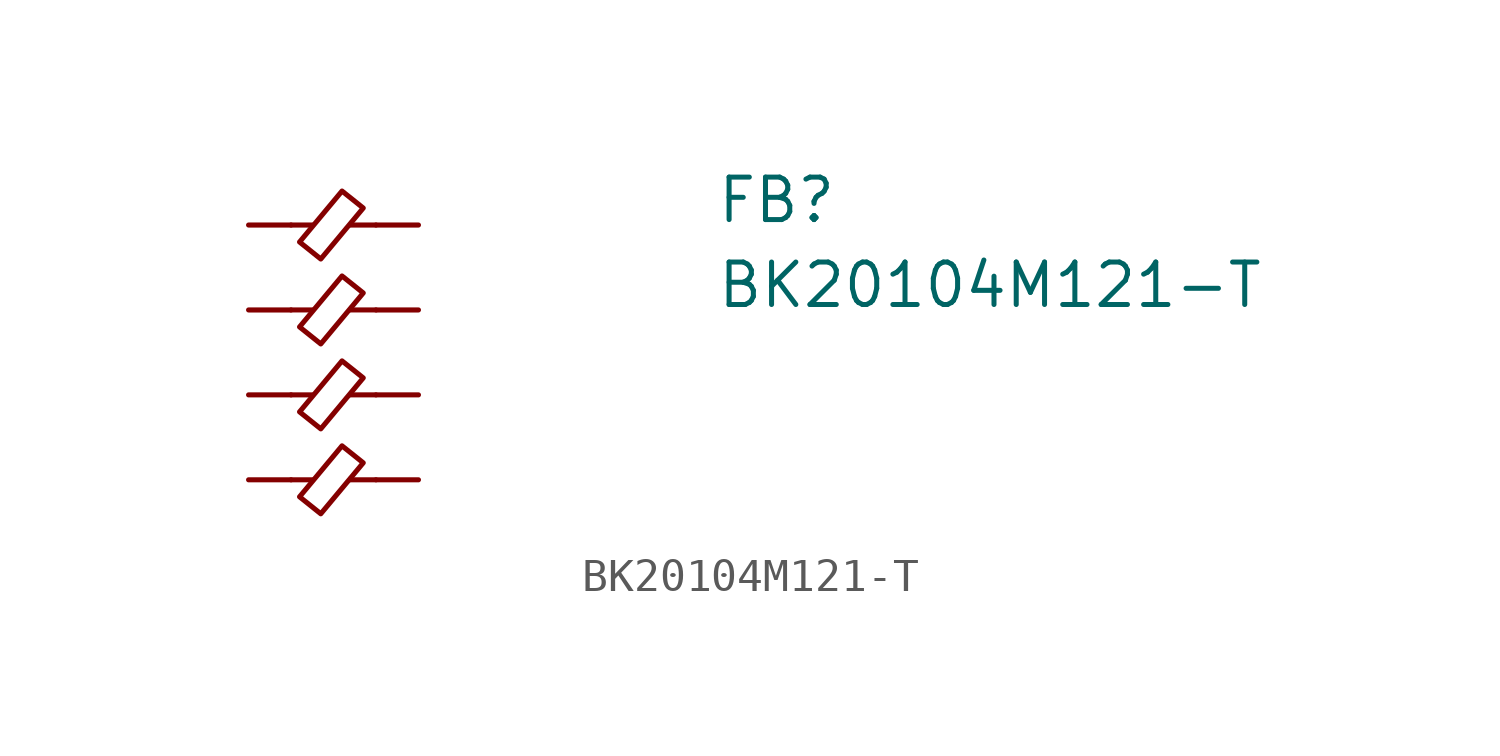
<source format=kicad_sym>
(kicad_symbol_lib
  (version 20211014)
  (generator kicad_symbol_editor)
  (symbol "BK20104M121-T"
    (pin_numbers hide)
    (pin_names hide)
    (property "Reference" "FB"
      (at 13.97 0 0)
      (effects (font (size 1.27 1.27) (thickness 0.15)) (justify left bottom)))
    (property "Value" "BK20104M121-T"
      (at 13.97 -2.54 0)
      (effects (font (size 1.27 1.27) (thickness 0.15)) (justify left bottom)))
    (symbol "BK20104M121-T_0_1"
      (polyline (pts (xy 1.27 -7.62) (xy 1.905 -7.62)) (stroke (width 0.152) (type default) (color 0 0 0 0)) (fill (type none)))
      (polyline (pts (xy 1.27 -5.08) (xy 1.905 -5.08)) (stroke (width 0.152) (type default) (color 0 0 0 0)) (fill (type none)))
      (polyline (pts (xy 1.27 -2.54) (xy 1.905 -2.54)) (stroke (width 0.152) (type default) (color 0 0 0 0)) (fill (type none)))
      (polyline (pts (xy 1.27 0) (xy 1.905 0)) (stroke (width 0.152) (type default) (color 0 0 0 0)) (fill (type none)))
      (polyline (pts (xy 3.048 -7.62) (xy 3.81 -7.62)) (stroke (width 0.152) (type default) (color 0 0 0 0)) (fill (type none)))
      (polyline (pts (xy 3.048 -5.08) (xy 3.81 -5.08)) (stroke (width 0.152) (type default) (color 0 0 0 0)) (fill (type none)))
      (polyline (pts (xy 3.048 -2.54) (xy 3.81 -2.54)) (stroke (width 0.152) (type default) (color 0 0 0 0)) (fill (type none)))
      (polyline (pts (xy 3.048 0) (xy 3.81 0)) (stroke (width 0.152) (type default) (color 0 0 0 0)) (fill (type none)))
      (polyline (pts (xy 2.159 -8.636) (xy 1.524 -8.128) (xy 2.794 -6.604) (xy 3.429 -7.112) (xy 2.159 -8.636)) (stroke (width 0) (type default) (color 0 0 0 0)) (fill (type none)))
      (polyline (pts (xy 2.159 -6.096) (xy 1.524 -5.588) (xy 2.794 -4.064) (xy 3.429 -4.572) (xy 2.159 -6.096)) (stroke (width 0) (type default) (color 0 0 0 0)) (fill (type none)))
      (polyline (pts (xy 2.159 -3.556) (xy 1.524 -3.048) (xy 2.794 -1.524) (xy 3.429 -2.032) (xy 2.159 -3.556)) (stroke (width 0) (type default) (color 0 0 0 0)) (fill (type none)))
      (polyline (pts (xy 2.159 -1.016) (xy 1.524 -0.508) (xy 2.794 1.016) (xy 3.429 0.508) (xy 2.159 -1.016)) (stroke (width 0) (type default) (color 0 0 0 0)) (fill (type none))))
    (symbol "BK20104M121-T_1_1"
      (pin passive line (at 0 0 0) (length 1.27) (name "1" (effects (font (size 1.27 1.27)))) (number "1" (effects (font (size 1.27 1.27)))))
      (pin passive line (at 0 -2.54 0) (length 1.27) (name "2" (effects (font (size 1.27 1.27)))) (number "2" (effects (font (size 1.27 1.27)))))
      (pin passive line (at 0 -5.08 0) (length 1.27) (name "3" (effects (font (size 1.27 1.27)))) (number "3" (effects (font (size 1.27 1.27)))))
      (pin passive line (at 0 -7.62 0) (length 1.27) (name "4" (effects (font (size 1.27 1.27)))) (number "4" (effects (font (size 1.27 1.27)))))
      (pin passive line (at 5.08 -7.62 180) (length 1.27) (name "5" (effects (font (size 1.27 1.27)))) (number "5" (effects (font (size 1.27 1.27)))))
      (pin passive line (at 5.08 -5.08 180) (length 1.27) (name "6" (effects (font (size 1.27 1.27)))) (number "6" (effects (font (size 1.27 1.27)))))
      (pin passive line (at 5.08 -2.54 180) (length 1.27) (name "7" (effects (font (size 1.27 1.27)))) (number "7" (effects (font (size 1.27 1.27)))))
      (pin passive line (at 5.08 0 180) (length 1.27) (name "8" (effects (font (size 1.27 1.27)))) (number "8" (effects (font (size 1.27 1.27))))))))
</source>
